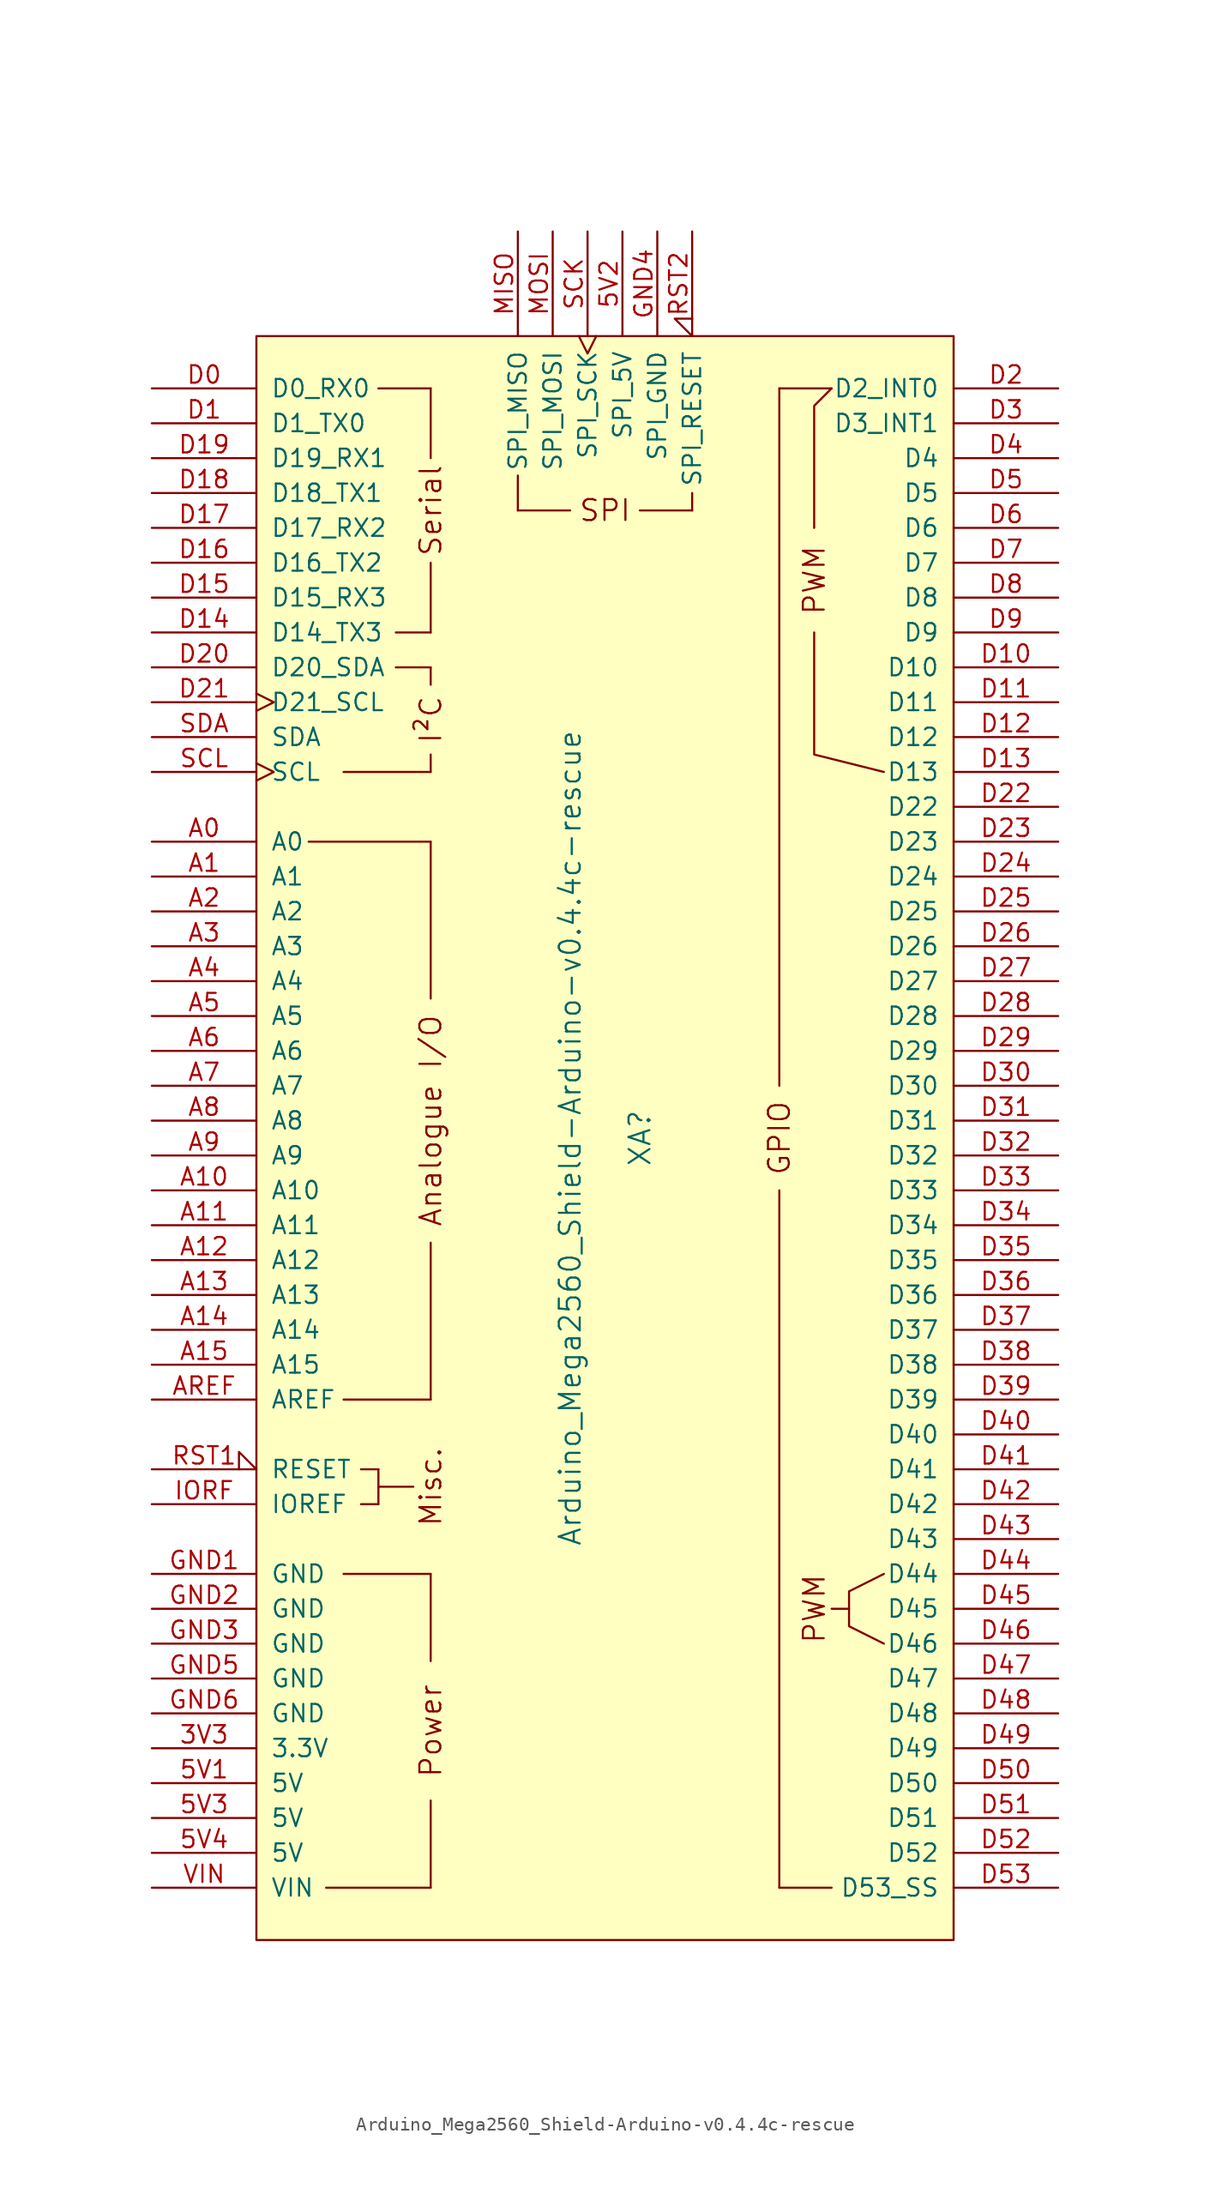
<source format=kicad_sym>
(kicad_symbol_lib
  (version 20220914)
  (generator kicad_symbol_editor)
  (symbol "Arduino_Mega2560_Shield-Arduino-v0.4.4c-rescue"
    (pin_names
      (offset 1.016))
    (property "Reference" "XA"
      (at 2.54 0 90)
      (effects (font (size 1.524 1.524))))
    (property "Value" "Arduino_Mega2560_Shield-Arduino-v0.4.4c-rescue"
      (at -2.54 0 90)
      (effects (font (size 1.524 1.524))))
    (symbol "Arduino_Mega2560_Shield-Arduino-v0.4.4c-rescue_0_0"
      (rectangle (start -25.4 -58.42) (end 25.4 58.42) (stroke (width 0) (type solid)) (fill (type background)))
      (rectangle (start -20.32 -54.61) (end -12.7 -54.61) (stroke (width 0) (type solid)) (fill (type none)))
      (rectangle (start -19.05 -31.75) (end -12.7 -31.75) (stroke (width 0) (type solid)) (fill (type none)))
      (rectangle (start -19.05 -19.05) (end -12.7 -19.05) (stroke (width 0) (type solid)) (fill (type none)))
      (rectangle (start -19.05 26.67) (end -12.7 26.67) (stroke (width 0) (type solid)) (fill (type none)))
      (rectangle (start -17.78 -26.67) (end -16.51 -26.67) (stroke (width 0) (type solid)) (fill (type none)))
      (rectangle (start -17.78 -24.13) (end -16.51 -24.13) (stroke (width 0) (type solid)) (fill (type none)))
      (rectangle (start -16.51 -25.4) (end -13.97 -25.4) (stroke (width 0) (type solid)) (fill (type none)))
      (rectangle (start -16.51 -24.13) (end -16.51 -26.67) (stroke (width 0) (type solid)) (fill (type none)))
      (rectangle (start -16.51 54.61) (end -12.7 54.61) (stroke (width 0) (type solid)) (fill (type none)))
      (rectangle (start -15.24 34.29) (end -12.7 34.29) (stroke (width 0) (type solid)) (fill (type none)))
      (rectangle (start -15.24 36.83) (end -12.7 36.83) (stroke (width 0) (type solid)) (fill (type none)))
      (rectangle (start -12.7 -54.61) (end -12.7 -48.26) (stroke (width 0) (type solid)) (fill (type none)))
      (rectangle (start -12.7 -31.75) (end -12.7 -38.1) (stroke (width 0) (type solid)) (fill (type none)))
      (rectangle (start -12.7 26.67) (end -12.7 27.94) (stroke (width 0) (type solid)) (fill (type none)))
      (rectangle (start -12.7 34.29) (end -12.7 33.02) (stroke (width 0) (type solid)) (fill (type none)))
      (rectangle (start -12.7 41.91) (end -12.7 36.83) (stroke (width 0) (type solid)) (fill (type none)))
      (rectangle (start -12.7 49.53) (end -12.7 54.61) (stroke (width 0) (type solid)) (fill (type none)))
      (rectangle (start -6.35 48.26) (end -6.35 45.72) (stroke (width 0) (type solid)) (fill (type none)))
      (rectangle (start -2.54 45.72) (end -6.35 45.72) (stroke (width 0) (type solid)) (fill (type none)))
      (polyline (pts (xy -21.59 21.59) (xy -12.7 21.59)) (stroke (width 0) (type solid)) (fill (type none)))
      (polyline (pts (xy -12.7 -19.05) (xy -12.7 -7.62)) (stroke (width 0) (type solid)) (fill (type none)))
      (polyline (pts (xy -12.7 10.16) (xy -12.7 21.59)) (stroke (width 0) (type solid)) (fill (type none)))
      (polyline (pts (xy 12.7 -54.61) (xy 16.51 -54.61)) (stroke (width 0) (type solid)) (fill (type none)))
      (polyline (pts (xy 12.7 54.61) (xy 16.51 54.61)) (stroke (width 0) (type solid)) (fill (type none)))
      (polyline (pts (xy 17.78 -34.29) (xy 16.51 -34.29)) (stroke (width 0) (type solid)) (fill (type none)))
      (polyline (pts (xy 15.24 36.83) (xy 15.24 27.94) (xy 20.32 26.67)) (stroke (width 0) (type solid)) (fill (type none)))
      (polyline (pts (xy 15.24 44.45) (xy 15.24 53.34) (xy 16.51 54.61)) (stroke (width 0) (type solid)) (fill (type none)))
      (polyline (pts (xy 20.32 -31.75) (xy 17.78 -33.02) (xy 17.78 -35.56) (xy 20.32 -36.83)) (stroke (width 0) (type solid)) (fill (type none)))
      (rectangle (start 6.35 45.72) (end 2.54 45.72) (stroke (width 0) (type solid)) (fill (type none)))
      (rectangle (start 6.35 46.99) (end 6.35 45.72) (stroke (width 0) (type solid)) (fill (type none)))
      (text "Analogue I/O" (at -12.7 1.27 900) (effects (font (size 1.524 1.524))))
      (text "I²C" (at -12.7 30.48 900) (effects (font (size 1.524 1.524))))
      (text "Misc." (at -12.7 -25.4 900) (effects (font (size 1.524 1.524))))
      (text "Power" (at -12.7 -43.18 900) (effects (font (size 1.524 1.524))))
      (text "PWM" (at 15.24 -34.29 900) (effects (font (size 1.524 1.524))))
      (text "PWM" (at 15.24 40.64 900) (effects (font (size 1.524 1.524))))
      (text "Serial" (at -12.7 45.72 900) (effects (font (size 1.524 1.524))))
      (text "SPI" (at 0 45.72 0) (effects (font (size 1.524 1.524)))))
    (symbol "Arduino_Mega2560_Shield-Arduino-v0.4.4c-rescue_1_0"
      (rectangle (start 12.7 -54.61) (end 12.7 -3.81) (stroke (width 0) (type solid)) (fill (type none)))
      (rectangle (start 12.7 54.61) (end 12.7 3.81) (stroke (width 0) (type solid)) (fill (type none)))
      (text "GPIO" (at 12.7 0 900) (effects (font (size 1.524 1.524)))))
    (symbol "Arduino_Mega2560_Shield-Arduino-v0.4.4c-rescue_1_1"
      (pin power_in line (at -33.02 -44.45 0) (length 7.62) (name "3.3V" (effects (font (size 1.27 1.27)))) (number "3V3" (effects (font (size 1.27 1.27)))))
      (pin power_in line (at -33.02 -46.99 0) (length 7.62) (name "5V" (effects (font (size 1.27 1.27)))) (number "5V1" (effects (font (size 1.27 1.27)))))
      (pin power_in line (at 1.27 66.04 270) (length 7.62) (name "SPI_5V" (effects (font (size 1.27 1.27)))) (number "5V2" (effects (font (size 1.27 1.27)))))
      (pin power_in line (at -33.02 -49.53 0) (length 7.62) (name "5V" (effects (font (size 1.27 1.27)))) (number "5V3" (effects (font (size 1.27 1.27)))))
      (pin power_in line (at -33.02 -52.07 0) (length 7.62) (name "5V" (effects (font (size 1.27 1.27)))) (number "5V4" (effects (font (size 1.27 1.27)))))
      (pin bidirectional line (at -33.02 21.59 0) (length 7.62) (name "A0" (effects (font (size 1.27 1.27)))) (number "A0" (effects (font (size 1.27 1.27)))))
      (pin bidirectional line (at -33.02 19.05 0) (length 7.62) (name "A1" (effects (font (size 1.27 1.27)))) (number "A1" (effects (font (size 1.27 1.27)))))
      (pin bidirectional line (at -33.02 -3.81 0) (length 7.62) (name "A10" (effects (font (size 1.27 1.27)))) (number "A10" (effects (font (size 1.27 1.27)))))
      (pin bidirectional line (at -33.02 -6.35 0) (length 7.62) (name "A11" (effects (font (size 1.27 1.27)))) (number "A11" (effects (font (size 1.27 1.27)))))
      (pin bidirectional line (at -33.02 -8.89 0) (length 7.62) (name "A12" (effects (font (size 1.27 1.27)))) (number "A12" (effects (font (size 1.27 1.27)))))
      (pin bidirectional line (at -33.02 -11.43 0) (length 7.62) (name "A13" (effects (font (size 1.27 1.27)))) (number "A13" (effects (font (size 1.27 1.27)))))
      (pin bidirectional line (at -33.02 -13.97 0) (length 7.62) (name "A14" (effects (font (size 1.27 1.27)))) (number "A14" (effects (font (size 1.27 1.27)))))
      (pin bidirectional line (at -33.02 -16.51 0) (length 7.62) (name "A15" (effects (font (size 1.27 1.27)))) (number "A15" (effects (font (size 1.27 1.27)))))
      (pin bidirectional line (at -33.02 16.51 0) (length 7.62) (name "A2" (effects (font (size 1.27 1.27)))) (number "A2" (effects (font (size 1.27 1.27)))))
      (pin bidirectional line (at -33.02 13.97 0) (length 7.62) (name "A3" (effects (font (size 1.27 1.27)))) (number "A3" (effects (font (size 1.27 1.27)))))
      (pin bidirectional line (at -33.02 11.43 0) (length 7.62) (name "A4" (effects (font (size 1.27 1.27)))) (number "A4" (effects (font (size 1.27 1.27)))))
      (pin bidirectional line (at -33.02 8.89 0) (length 7.62) (name "A5" (effects (font (size 1.27 1.27)))) (number "A5" (effects (font (size 1.27 1.27)))))
      (pin bidirectional line (at -33.02 6.35 0) (length 7.62) (name "A6" (effects (font (size 1.27 1.27)))) (number "A6" (effects (font (size 1.27 1.27)))))
      (pin bidirectional line (at -33.02 3.81 0) (length 7.62) (name "A7" (effects (font (size 1.27 1.27)))) (number "A7" (effects (font (size 1.27 1.27)))))
      (pin bidirectional line (at -33.02 1.27 0) (length 7.62) (name "A8" (effects (font (size 1.27 1.27)))) (number "A8" (effects (font (size 1.27 1.27)))))
      (pin bidirectional line (at -33.02 -1.27 0) (length 7.62) (name "A9" (effects (font (size 1.27 1.27)))) (number "A9" (effects (font (size 1.27 1.27)))))
      (pin input line (at -33.02 -19.05 0) (length 7.62) (name "AREF" (effects (font (size 1.27 1.27)))) (number "AREF" (effects (font (size 1.27 1.27)))))
      (pin bidirectional line (at -33.02 54.61 0) (length 7.62) (name "D0_RX0" (effects (font (size 1.27 1.27)))) (number "D0" (effects (font (size 1.27 1.27)))))
      (pin bidirectional line (at -33.02 52.07 0) (length 7.62) (name "D1_TX0" (effects (font (size 1.27 1.27)))) (number "D1" (effects (font (size 1.27 1.27)))))
      (pin bidirectional line (at 33.02 34.29 180) (length 7.62) (name "D10" (effects (font (size 1.27 1.27)))) (number "D10" (effects (font (size 1.27 1.27)))))
      (pin bidirectional line (at 33.02 31.75 180) (length 7.62) (name "D11" (effects (font (size 1.27 1.27)))) (number "D11" (effects (font (size 1.27 1.27)))))
      (pin bidirectional line (at 33.02 29.21 180) (length 7.62) (name "D12" (effects (font (size 1.27 1.27)))) (number "D12" (effects (font (size 1.27 1.27)))))
      (pin bidirectional line (at 33.02 26.67 180) (length 7.62) (name "D13" (effects (font (size 1.27 1.27)))) (number "D13" (effects (font (size 1.27 1.27)))))
      (pin bidirectional line (at -33.02 36.83 0) (length 7.62) (name "D14_TX3" (effects (font (size 1.27 1.27)))) (number "D14" (effects (font (size 1.27 1.27)))))
      (pin bidirectional line (at -33.02 39.37 0) (length 7.62) (name "D15_RX3" (effects (font (size 1.27 1.27)))) (number "D15" (effects (font (size 1.27 1.27)))))
      (pin bidirectional line (at -33.02 41.91 0) (length 7.62) (name "D16_TX2" (effects (font (size 1.27 1.27)))) (number "D16" (effects (font (size 1.27 1.27)))))
      (pin bidirectional line (at -33.02 44.45 0) (length 7.62) (name "D17_RX2" (effects (font (size 1.27 1.27)))) (number "D17" (effects (font (size 1.27 1.27)))))
      (pin bidirectional line (at -33.02 46.99 0) (length 7.62) (name "D18_TX1" (effects (font (size 1.27 1.27)))) (number "D18" (effects (font (size 1.27 1.27)))))
      (pin bidirectional line (at -33.02 49.53 0) (length 7.62) (name "D19_RX1" (effects (font (size 1.27 1.27)))) (number "D19" (effects (font (size 1.27 1.27)))))
      (pin bidirectional line (at 33.02 54.61 180) (length 7.62) (name "D2_INT0" (effects (font (size 1.27 1.27)))) (number "D2" (effects (font (size 1.27 1.27)))))
      (pin bidirectional line (at -33.02 34.29 0) (length 7.62) (name "D20_SDA" (effects (font (size 1.27 1.27)))) (number "D20" (effects (font (size 1.27 1.27)))))
      (pin bidirectional clock (at -33.02 31.75 0) (length 7.62) (name "D21_SCL" (effects (font (size 1.27 1.27)))) (number "D21" (effects (font (size 1.27 1.27)))))
      (pin bidirectional line (at 33.02 24.13 180) (length 7.62) (name "D22" (effects (font (size 1.27 1.27)))) (number "D22" (effects (font (size 1.27 1.27)))))
      (pin bidirectional line (at 33.02 21.59 180) (length 7.62) (name "D23" (effects (font (size 1.27 1.27)))) (number "D23" (effects (font (size 1.27 1.27)))))
      (pin bidirectional line (at 33.02 19.05 180) (length 7.62) (name "D24" (effects (font (size 1.27 1.27)))) (number "D24" (effects (font (size 1.27 1.27)))))
      (pin bidirectional line (at 33.02 16.51 180) (length 7.62) (name "D25" (effects (font (size 1.27 1.27)))) (number "D25" (effects (font (size 1.27 1.27)))))
      (pin bidirectional line (at 33.02 13.97 180) (length 7.62) (name "D26" (effects (font (size 1.27 1.27)))) (number "D26" (effects (font (size 1.27 1.27)))))
      (pin bidirectional line (at 33.02 11.43 180) (length 7.62) (name "D27" (effects (font (size 1.27 1.27)))) (number "D27" (effects (font (size 1.27 1.27)))))
      (pin bidirectional line (at 33.02 8.89 180) (length 7.62) (name "D28" (effects (font (size 1.27 1.27)))) (number "D28" (effects (font (size 1.27 1.27)))))
      (pin bidirectional line (at 33.02 6.35 180) (length 7.62) (name "D29" (effects (font (size 1.27 1.27)))) (number "D29" (effects (font (size 1.27 1.27)))))
      (pin bidirectional line (at 33.02 52.07 180) (length 7.62) (name "D3_INT1" (effects (font (size 1.27 1.27)))) (number "D3" (effects (font (size 1.27 1.27)))))
      (pin bidirectional line (at 33.02 3.81 180) (length 7.62) (name "D30" (effects (font (size 1.27 1.27)))) (number "D30" (effects (font (size 1.27 1.27)))))
      (pin bidirectional line (at 33.02 1.27 180) (length 7.62) (name "D31" (effects (font (size 1.27 1.27)))) (number "D31" (effects (font (size 1.27 1.27)))))
      (pin bidirectional line (at 33.02 -1.27 180) (length 7.62) (name "D32" (effects (font (size 1.27 1.27)))) (number "D32" (effects (font (size 1.27 1.27)))))
      (pin bidirectional line (at 33.02 -3.81 180) (length 7.62) (name "D33" (effects (font (size 1.27 1.27)))) (number "D33" (effects (font (size 1.27 1.27)))))
      (pin bidirectional line (at 33.02 -6.35 180) (length 7.62) (name "D34" (effects (font (size 1.27 1.27)))) (number "D34" (effects (font (size 1.27 1.27)))))
      (pin bidirectional line (at 33.02 -8.89 180) (length 7.62) (name "D35" (effects (font (size 1.27 1.27)))) (number "D35" (effects (font (size 1.27 1.27)))))
      (pin bidirectional line (at 33.02 -11.43 180) (length 7.62) (name "D36" (effects (font (size 1.27 1.27)))) (number "D36" (effects (font (size 1.27 1.27)))))
      (pin bidirectional line (at 33.02 -13.97 180) (length 7.62) (name "D37" (effects (font (size 1.27 1.27)))) (number "D37" (effects (font (size 1.27 1.27)))))
      (pin bidirectional line (at 33.02 -16.51 180) (length 7.62) (name "D38" (effects (font (size 1.27 1.27)))) (number "D38" (effects (font (size 1.27 1.27)))))
      (pin bidirectional line (at 33.02 -19.05 180) (length 7.62) (name "D39" (effects (font (size 1.27 1.27)))) (number "D39" (effects (font (size 1.27 1.27)))))
      (pin bidirectional line (at 33.02 49.53 180) (length 7.62) (name "D4" (effects (font (size 1.27 1.27)))) (number "D4" (effects (font (size 1.27 1.27)))))
      (pin bidirectional line (at 33.02 -21.59 180) (length 7.62) (name "D40" (effects (font (size 1.27 1.27)))) (number "D40" (effects (font (size 1.27 1.27)))))
      (pin bidirectional line (at 33.02 -24.13 180) (length 7.62) (name "D41" (effects (font (size 1.27 1.27)))) (number "D41" (effects (font (size 1.27 1.27)))))
      (pin bidirectional line (at 33.02 -26.67 180) (length 7.62) (name "D42" (effects (font (size 1.27 1.27)))) (number "D42" (effects (font (size 1.27 1.27)))))
      (pin bidirectional line (at 33.02 -29.21 180) (length 7.62) (name "D43" (effects (font (size 1.27 1.27)))) (number "D43" (effects (font (size 1.27 1.27)))))
      (pin bidirectional line (at 33.02 -31.75 180) (length 7.62) (name "D44" (effects (font (size 1.27 1.27)))) (number "D44" (effects (font (size 1.27 1.27)))))
      (pin bidirectional line (at 33.02 -34.29 180) (length 7.62) (name "D45" (effects (font (size 1.27 1.27)))) (number "D45" (effects (font (size 1.27 1.27)))))
      (pin bidirectional line (at 33.02 -36.83 180) (length 7.62) (name "D46" (effects (font (size 1.27 1.27)))) (number "D46" (effects (font (size 1.27 1.27)))))
      (pin bidirectional line (at 33.02 -39.37 180) (length 7.62) (name "D47" (effects (font (size 1.27 1.27)))) (number "D47" (effects (font (size 1.27 1.27)))))
      (pin bidirectional line (at 33.02 -41.91 180) (length 7.62) (name "D48" (effects (font (size 1.27 1.27)))) (number "D48" (effects (font (size 1.27 1.27)))))
      (pin bidirectional line (at 33.02 -44.45 180) (length 7.62) (name "D49" (effects (font (size 1.27 1.27)))) (number "D49" (effects (font (size 1.27 1.27)))))
      (pin bidirectional line (at 33.02 46.99 180) (length 7.62) (name "D5" (effects (font (size 1.27 1.27)))) (number "D5" (effects (font (size 1.27 1.27)))))
      (pin bidirectional line (at 33.02 -46.99 180) (length 7.62) (name "D50" (effects (font (size 1.27 1.27)))) (number "D50" (effects (font (size 1.27 1.27)))))
      (pin bidirectional line (at 33.02 -49.53 180) (length 7.62) (name "D51" (effects (font (size 1.27 1.27)))) (number "D51" (effects (font (size 1.27 1.27)))))
      (pin bidirectional line (at 33.02 -52.07 180) (length 7.62) (name "D52" (effects (font (size 1.27 1.27)))) (number "D52" (effects (font (size 1.27 1.27)))))
      (pin bidirectional line (at 33.02 -54.61 180) (length 7.62) (name "D53_SS" (effects (font (size 1.27 1.27)))) (number "D53" (effects (font (size 1.27 1.27)))))
      (pin bidirectional line (at 33.02 44.45 180) (length 7.62) (name "D6" (effects (font (size 1.27 1.27)))) (number "D6" (effects (font (size 1.27 1.27)))))
      (pin bidirectional line (at 33.02 41.91 180) (length 7.62) (name "D7" (effects (font (size 1.27 1.27)))) (number "D7" (effects (font (size 1.27 1.27)))))
      (pin bidirectional line (at 33.02 39.37 180) (length 7.62) (name "D8" (effects (font (size 1.27 1.27)))) (number "D8" (effects (font (size 1.27 1.27)))))
      (pin bidirectional line (at 33.02 36.83 180) (length 7.62) (name "D9" (effects (font (size 1.27 1.27)))) (number "D9" (effects (font (size 1.27 1.27)))))
      (pin power_in line (at -33.02 -31.75 0) (length 7.62) (name "GND" (effects (font (size 1.27 1.27)))) (number "GND1" (effects (font (size 1.27 1.27)))))
      (pin power_in line (at -33.02 -34.29 0) (length 7.62) (name "GND" (effects (font (size 1.27 1.27)))) (number "GND2" (effects (font (size 1.27 1.27)))))
      (pin power_in line (at -33.02 -36.83 0) (length 7.62) (name "GND" (effects (font (size 1.27 1.27)))) (number "GND3" (effects (font (size 1.27 1.27)))))
      (pin power_in line (at 3.81 66.04 270) (length 7.62) (name "SPI_GND" (effects (font (size 1.27 1.27)))) (number "GND4" (effects (font (size 1.27 1.27)))))
      (pin power_in line (at -33.02 -39.37 0) (length 7.62) (name "GND" (effects (font (size 1.27 1.27)))) (number "GND5" (effects (font (size 1.27 1.27)))))
      (pin power_in line (at -33.02 -41.91 0) (length 7.62) (name "GND" (effects (font (size 1.27 1.27)))) (number "GND6" (effects (font (size 1.27 1.27)))))
      (pin output line (at -33.02 -26.67 0) (length 7.62) (name "IOREF" (effects (font (size 1.27 1.27)))) (number "IORF" (effects (font (size 1.27 1.27)))))
      (pin input line (at -6.35 66.04 270) (length 7.62) (name "SPI_MISO" (effects (font (size 1.27 1.27)))) (number "MISO" (effects (font (size 1.27 1.27)))))
      (pin output line (at -3.81 66.04 270) (length 7.62) (name "SPI_MOSI" (effects (font (size 1.27 1.27)))) (number "MOSI" (effects (font (size 1.27 1.27)))))
      (pin open_collector input_low (at -33.02 -24.13 0) (length 7.62) (name "RESET" (effects (font (size 1.27 1.27)))) (number "RST1" (effects (font (size 1.27 1.27)))))
      (pin open_collector input_low (at 6.35 66.04 270) (length 7.62) (name "SPI_RESET" (effects (font (size 1.27 1.27)))) (number "RST2" (effects (font (size 1.27 1.27)))))
      (pin output clock (at -1.27 66.04 270) (length 7.62) (name "SPI_SCK" (effects (font (size 1.27 1.27)))) (number "SCK" (effects (font (size 1.27 1.27)))))
      (pin bidirectional clock (at -33.02 26.67 0) (length 7.62) (name "SCL" (effects (font (size 1.27 1.27)))) (number "SCL" (effects (font (size 1.27 1.27)))))
      (pin bidirectional line (at -33.02 29.21 0) (length 7.62) (name "SDA" (effects (font (size 1.27 1.27)))) (number "SDA" (effects (font (size 1.27 1.27)))))
      (pin power_in line (at -33.02 -54.61 0) (length 7.62) (name "VIN" (effects (font (size 1.27 1.27)))) (number "VIN" (effects (font (size 1.27 1.27))))))))
</source>
